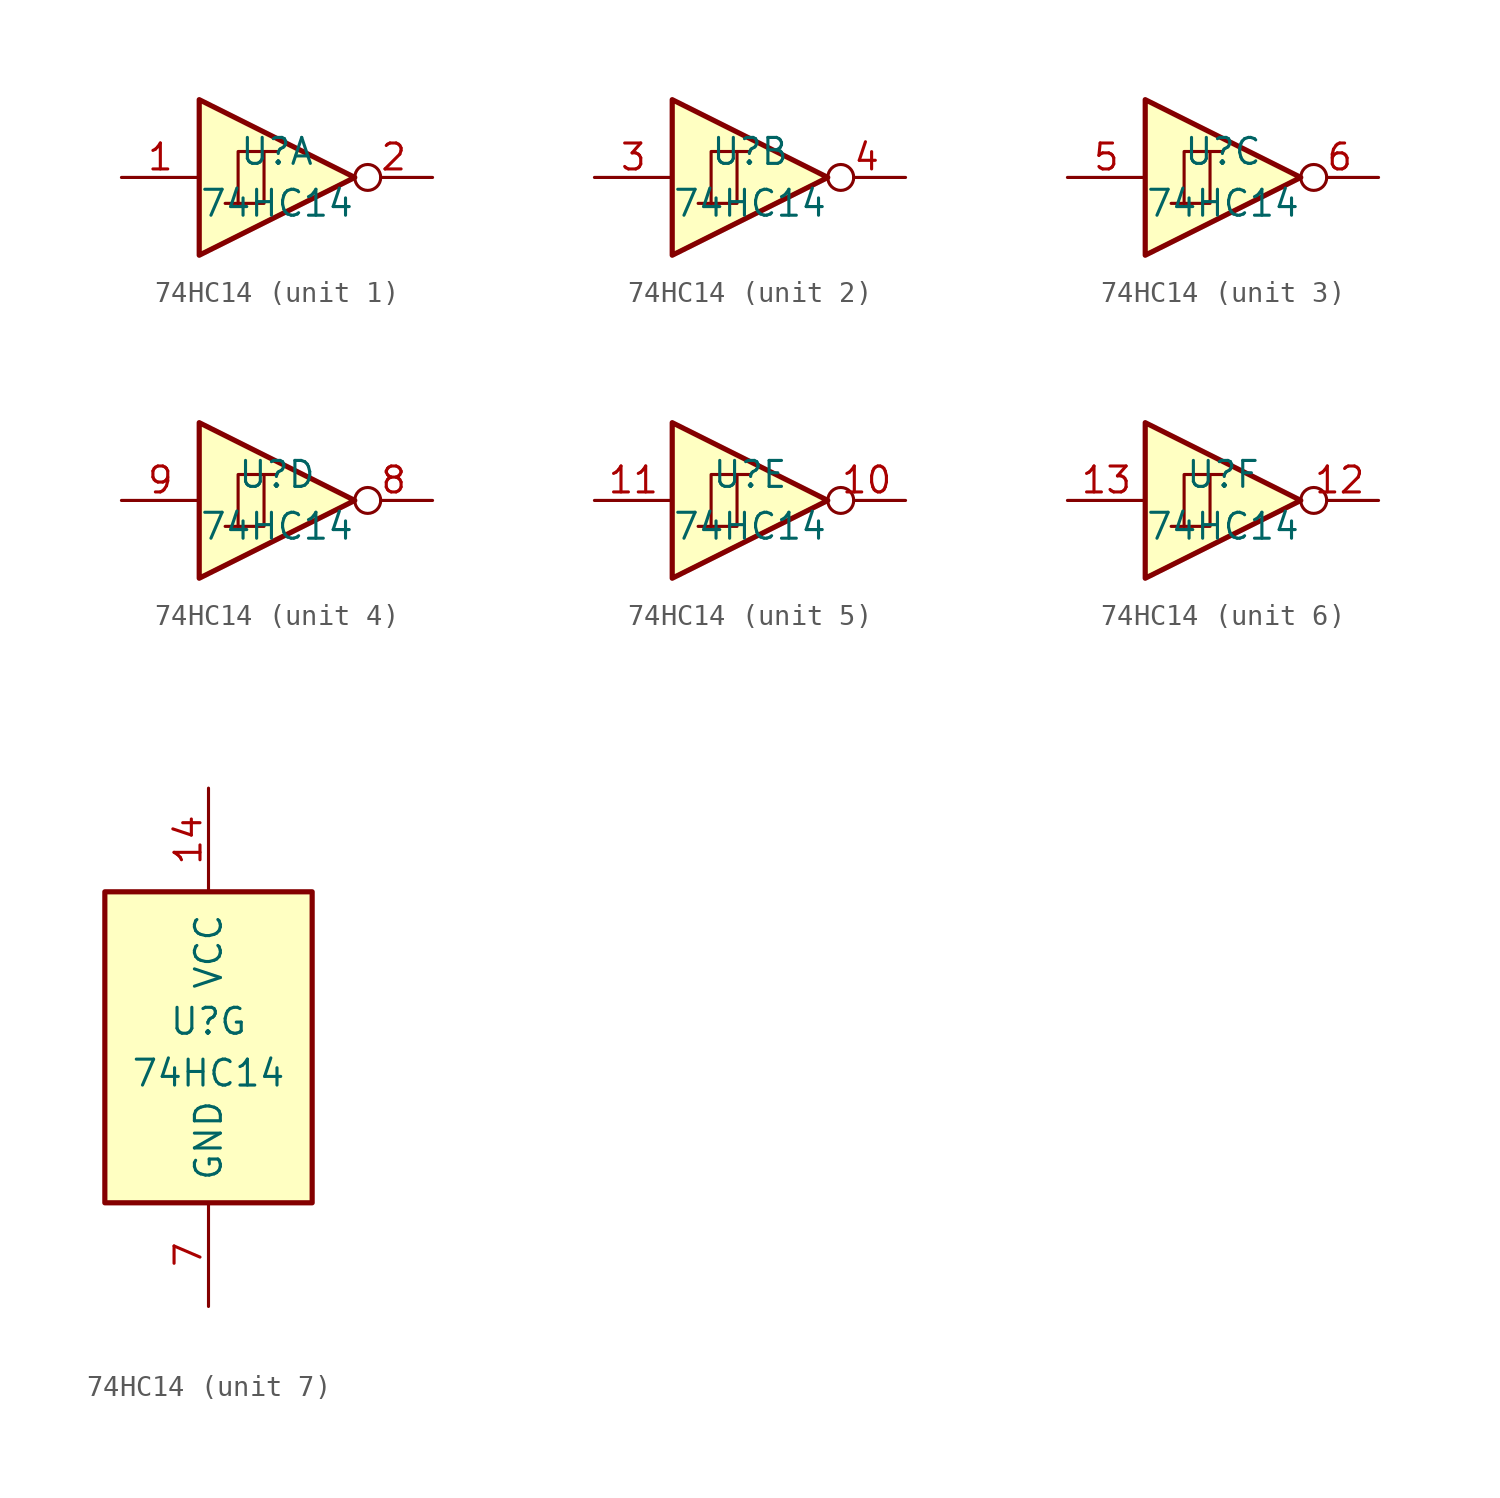
<source format=kicad_sym>
(kicad_symbol_lib
  (version 20241209)
  (generator "kicad_symbol_editor")
  (generator_version "9.0")
  (symbol "74HC14"
    (pin_names
      (offset 1.016))
    (property "Reference" "U"
      (at 0 1.27 0)
      (effects (font (size 1.27 1.27))))
    (property "Value" "74HC14"
      (at 0 -1.27 0)
      (effects (font (size 1.27 1.27))))
    (property "ki_locked" ""
      (at 0 0 0)
      (effects (font (size 1.27 1.27))))
    (symbol "74HC14_1_0"
      (polyline (pts (xy -3.81 3.81) (xy -3.81 -3.81) (xy 3.81 0) (xy -3.81 3.81)) (stroke (width 0.254) (type solid)) (fill (type background)))
      (pin input line (at -7.62 0 0) (length 3.81) (name "~" (effects (font (size 1.27 1.27)))) (number "1" (effects (font (size 1.27 1.27)))))
      (pin output inverted (at 7.62 0 180) (length 3.81) (name "~" (effects (font (size 1.27 1.27)))) (number "2" (effects (font (size 1.27 1.27))))))
    (symbol "74HC14_1_1"
      (polyline (pts (xy -2.54 -1.27) (xy -0.635 -1.27) (xy -0.635 1.27) (xy 0 1.27)) (stroke (width 0) (type solid)) (fill (type none)))
      (polyline (pts (xy -1.905 -1.27) (xy -1.905 1.27) (xy -0.635 1.27)) (stroke (width 0) (type solid)) (fill (type none))))
    (symbol "74HC14_2_0"
      (polyline (pts (xy -3.81 3.81) (xy -3.81 -3.81) (xy 3.81 0) (xy -3.81 3.81)) (stroke (width 0.254) (type solid)) (fill (type background)))
      (pin input line (at -7.62 0 0) (length 3.81) (name "~" (effects (font (size 1.27 1.27)))) (number "3" (effects (font (size 1.27 1.27)))))
      (pin output inverted (at 7.62 0 180) (length 3.81) (name "~" (effects (font (size 1.27 1.27)))) (number "4" (effects (font (size 1.27 1.27))))))
    (symbol "74HC14_2_1"
      (polyline (pts (xy -2.54 -1.27) (xy -0.635 -1.27) (xy -0.635 1.27) (xy 0 1.27)) (stroke (width 0) (type solid)) (fill (type none)))
      (polyline (pts (xy -1.905 -1.27) (xy -1.905 1.27) (xy -0.635 1.27)) (stroke (width 0) (type solid)) (fill (type none))))
    (symbol "74HC14_3_0"
      (polyline (pts (xy -3.81 3.81) (xy -3.81 -3.81) (xy 3.81 0) (xy -3.81 3.81)) (stroke (width 0.254) (type solid)) (fill (type background)))
      (pin input line (at -7.62 0 0) (length 3.81) (name "~" (effects (font (size 1.27 1.27)))) (number "5" (effects (font (size 1.27 1.27)))))
      (pin output inverted (at 7.62 0 180) (length 3.81) (name "~" (effects (font (size 1.27 1.27)))) (number "6" (effects (font (size 1.27 1.27))))))
    (symbol "74HC14_3_1"
      (polyline (pts (xy -2.54 -1.27) (xy -0.635 -1.27) (xy -0.635 1.27) (xy 0 1.27)) (stroke (width 0) (type solid)) (fill (type none)))
      (polyline (pts (xy -1.905 -1.27) (xy -1.905 1.27) (xy -0.635 1.27)) (stroke (width 0) (type solid)) (fill (type none))))
    (symbol "74HC14_4_0"
      (polyline (pts (xy -3.81 3.81) (xy -3.81 -3.81) (xy 3.81 0) (xy -3.81 3.81)) (stroke (width 0.254) (type solid)) (fill (type background)))
      (pin input line (at -7.62 0 0) (length 3.81) (name "~" (effects (font (size 1.27 1.27)))) (number "9" (effects (font (size 1.27 1.27)))))
      (pin output inverted (at 7.62 0 180) (length 3.81) (name "~" (effects (font (size 1.27 1.27)))) (number "8" (effects (font (size 1.27 1.27))))))
    (symbol "74HC14_4_1"
      (polyline (pts (xy -2.54 -1.27) (xy -0.635 -1.27) (xy -0.635 1.27) (xy 0 1.27)) (stroke (width 0) (type solid)) (fill (type none)))
      (polyline (pts (xy -1.905 -1.27) (xy -1.905 1.27) (xy -0.635 1.27)) (stroke (width 0) (type solid)) (fill (type none))))
    (symbol "74HC14_5_0"
      (polyline (pts (xy -3.81 3.81) (xy -3.81 -3.81) (xy 3.81 0) (xy -3.81 3.81)) (stroke (width 0.254) (type solid)) (fill (type background)))
      (pin input line (at -7.62 0 0) (length 3.81) (name "~" (effects (font (size 1.27 1.27)))) (number "11" (effects (font (size 1.27 1.27)))))
      (pin output inverted (at 7.62 0 180) (length 3.81) (name "~" (effects (font (size 1.27 1.27)))) (number "10" (effects (font (size 1.27 1.27))))))
    (symbol "74HC14_5_1"
      (polyline (pts (xy -2.54 -1.27) (xy -0.635 -1.27) (xy -0.635 1.27) (xy 0 1.27)) (stroke (width 0) (type solid)) (fill (type none)))
      (polyline (pts (xy -1.905 -1.27) (xy -1.905 1.27) (xy -0.635 1.27)) (stroke (width 0) (type solid)) (fill (type none))))
    (symbol "74HC14_6_0"
      (polyline (pts (xy -3.81 3.81) (xy -3.81 -3.81) (xy 3.81 0) (xy -3.81 3.81)) (stroke (width 0.254) (type solid)) (fill (type background)))
      (pin input line (at -7.62 0 0) (length 3.81) (name "~" (effects (font (size 1.27 1.27)))) (number "13" (effects (font (size 1.27 1.27)))))
      (pin output inverted (at 7.62 0 180) (length 3.81) (name "~" (effects (font (size 1.27 1.27)))) (number "12" (effects (font (size 1.27 1.27))))))
    (symbol "74HC14_6_1"
      (polyline (pts (xy -2.54 -1.27) (xy -0.635 -1.27) (xy -0.635 1.27) (xy 0 1.27)) (stroke (width 0) (type solid)) (fill (type none)))
      (polyline (pts (xy -1.905 -1.27) (xy -1.905 1.27) (xy -0.635 1.27)) (stroke (width 0) (type solid)) (fill (type none))))
    (symbol "74HC14_7_0"
      (pin power_in line (at 0 12.7 270) (length 5.08) (name "VCC" (effects (font (size 1.27 1.27)))) (number "14" (effects (font (size 1.27 1.27)))))
      (pin power_in line (at 0 -12.7 90) (length 5.08) (name "GND" (effects (font (size 1.27 1.27)))) (number "7" (effects (font (size 1.27 1.27))))))
    (symbol "74HC14_7_1"
      (rectangle (start -5.08 7.62) (end 5.08 -7.62) (stroke (width 0.254) (type solid)) (fill (type background))))))
</source>
